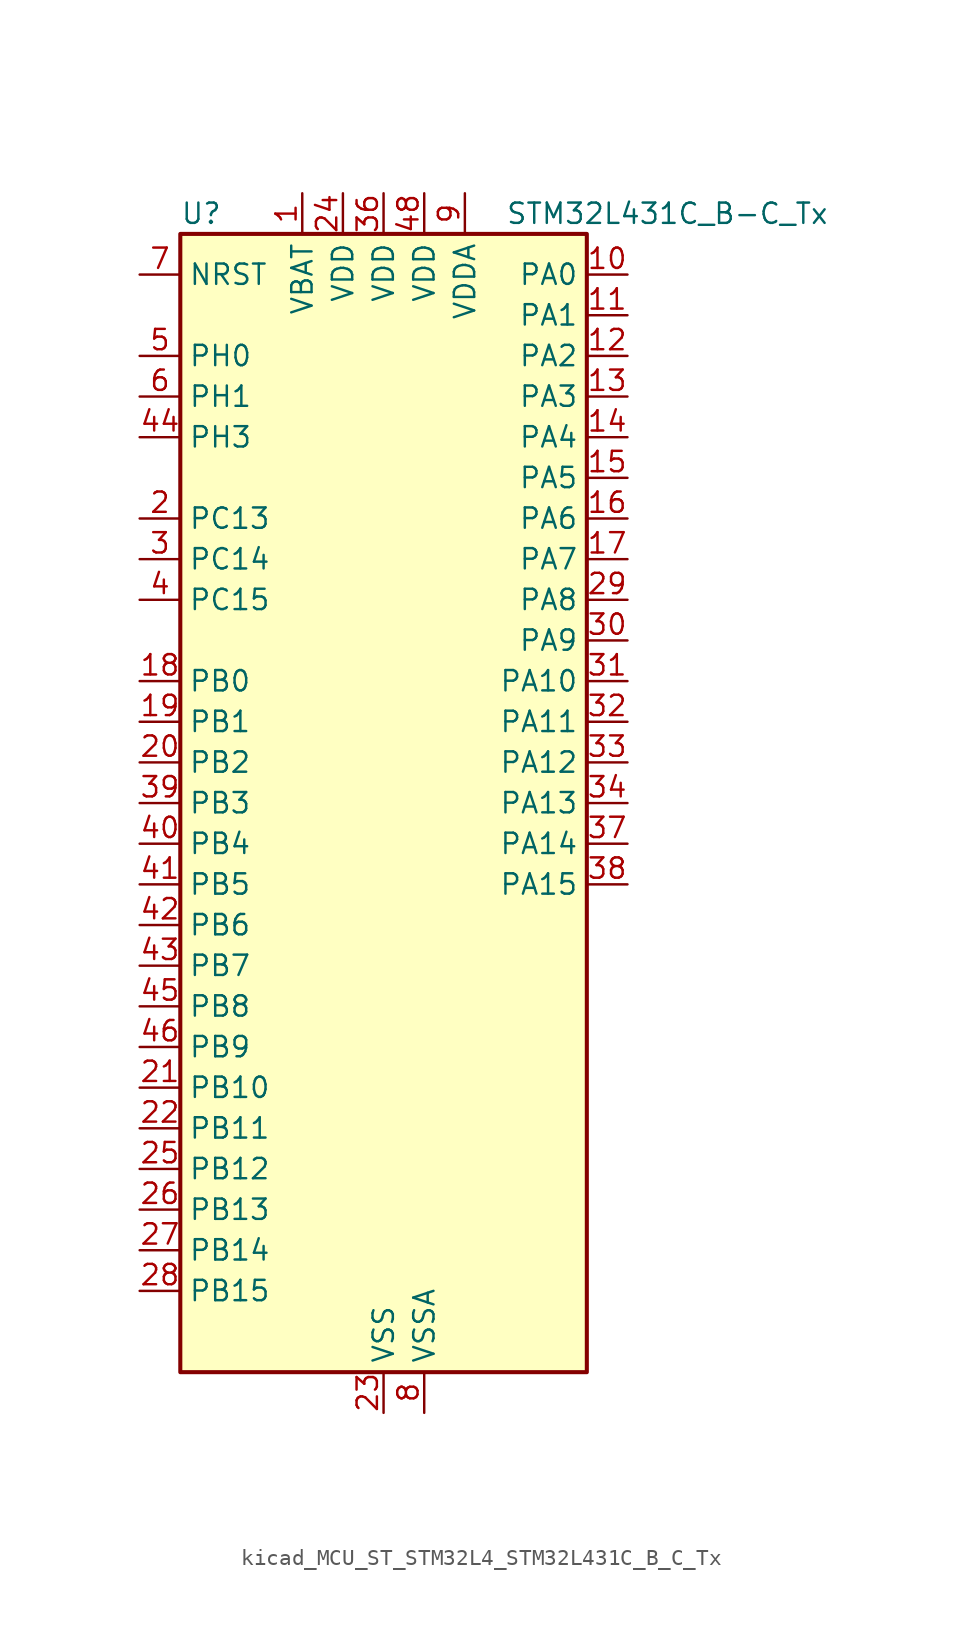
<source format=kicad_sym>
(kicad_symbol_lib
  (version 20220914)
  (generator kicad_symbol_editor)
  (symbol "kicad_MCU_ST_STM32L4_STM32L431C_B_C_Tx"
    (property "Reference" "U"
      (at -12.7 36.83 0)
      (effects (font (size 1.27 1.27)) (justify left)))
    (property "Value" "STM32L431C_B-C_Tx"
      (at 7.62 36.83 0)
      (effects (font (size 1.27 1.27)) (justify left)))
    (property "ki_locked" ""
      (at 0 0 0)
      (effects (font (size 1.27 1.27))))
    (symbol "kicad_MCU_ST_STM32L4_STM32L431C_B_C_Tx_0_1"
      (rectangle (start -12.7 -35.56) (end 12.7 35.56) (stroke (width 0.254) (type default)) (fill (type background))))
    (symbol "kicad_MCU_ST_STM32L4_STM32L431C_B_C_Tx_1_1"
      (pin power_in line (at -5.08 38.1 270) (length 2.54) (name "VBAT" (effects (font (size 1.27 1.27)))) (number "1" (effects (font (size 1.27 1.27)))))
      (pin bidirectional line (at 15.24 33.02 180) (length 2.54) (name "PA0" (effects (font (size 1.27 1.27)))) (number "10" (effects (font (size 1.27 1.27)))) (alternate "ADC1_IN5" bidirectional line) (alternate "COMP1_INM" bidirectional line) (alternate "COMP1_OUT" bidirectional line) (alternate "OPAMP1_VINP" bidirectional line) (alternate "RTC_TAMP2" bidirectional line) (alternate "SAI1_EXTCLK" bidirectional line) (alternate "SYS_WKUP1" bidirectional line) (alternate "TIM2_CH1" bidirectional line) (alternate "TIM2_ETR" bidirectional line) (alternate "USART2_CTS" bidirectional line))
      (pin bidirectional line (at 15.24 30.48 180) (length 2.54) (name "PA1" (effects (font (size 1.27 1.27)))) (number "11" (effects (font (size 1.27 1.27)))) (alternate "ADC1_IN6" bidirectional line) (alternate "COMP1_INP" bidirectional line) (alternate "I2C1_SMBA" bidirectional line) (alternate "OPAMP1_VINM" bidirectional line) (alternate "SPI1_SCK" bidirectional line) (alternate "TIM15_CH1N" bidirectional line) (alternate "TIM2_CH2" bidirectional line) (alternate "USART2_DE" bidirectional line) (alternate "USART2_RTS" bidirectional line))
      (pin bidirectional line (at 15.24 27.94 180) (length 2.54) (name "PA2" (effects (font (size 1.27 1.27)))) (number "12" (effects (font (size 1.27 1.27)))) (alternate "ADC1_IN7" bidirectional line) (alternate "COMP2_INM" bidirectional line) (alternate "COMP2_OUT" bidirectional line) (alternate "LPUART1_TX" bidirectional line) (alternate "QUADSPI_BK1_NCS" bidirectional line) (alternate "RCC_LSCO" bidirectional line) (alternate "SYS_WKUP4" bidirectional line) (alternate "TIM15_CH1" bidirectional line) (alternate "TIM2_CH3" bidirectional line) (alternate "USART2_TX" bidirectional line))
      (pin bidirectional line (at 15.24 25.4 180) (length 2.54) (name "PA3" (effects (font (size 1.27 1.27)))) (number "13" (effects (font (size 1.27 1.27)))) (alternate "ADC1_IN8" bidirectional line) (alternate "COMP2_INP" bidirectional line) (alternate "LPUART1_RX" bidirectional line) (alternate "OPAMP1_VOUT" bidirectional line) (alternate "QUADSPI_CLK" bidirectional line) (alternate "SAI1_MCLK_A" bidirectional line) (alternate "TIM15_CH2" bidirectional line) (alternate "TIM2_CH4" bidirectional line) (alternate "USART2_RX" bidirectional line))
      (pin bidirectional line (at 15.24 22.86 180) (length 2.54) (name "PA4" (effects (font (size 1.27 1.27)))) (number "14" (effects (font (size 1.27 1.27)))) (alternate "ADC1_IN9" bidirectional line) (alternate "COMP1_INM" bidirectional line) (alternate "COMP2_INM" bidirectional line) (alternate "DAC1_OUT1" bidirectional line) (alternate "LPTIM2_OUT" bidirectional line) (alternate "SAI1_FS_B" bidirectional line) (alternate "SPI1_NSS" bidirectional line) (alternate "SPI3_NSS" bidirectional line) (alternate "USART2_CK" bidirectional line))
      (pin bidirectional line (at 15.24 20.32 180) (length 2.54) (name "PA5" (effects (font (size 1.27 1.27)))) (number "15" (effects (font (size 1.27 1.27)))) (alternate "ADC1_IN10" bidirectional line) (alternate "COMP1_INM" bidirectional line) (alternate "COMP2_INM" bidirectional line) (alternate "DAC1_OUT2" bidirectional line) (alternate "LPTIM2_ETR" bidirectional line) (alternate "SPI1_SCK" bidirectional line) (alternate "TIM2_CH1" bidirectional line) (alternate "TIM2_ETR" bidirectional line))
      (pin bidirectional line (at 15.24 17.78 180) (length 2.54) (name "PA6" (effects (font (size 1.27 1.27)))) (number "16" (effects (font (size 1.27 1.27)))) (alternate "ADC1_IN11" bidirectional line) (alternate "COMP1_OUT" bidirectional line) (alternate "LPUART1_CTS" bidirectional line) (alternate "QUADSPI_BK1_IO3" bidirectional line) (alternate "SPI1_MISO" bidirectional line) (alternate "TIM16_CH1" bidirectional line) (alternate "TIM1_BKIN" bidirectional line) (alternate "TIM1_BKIN_COMP2" bidirectional line) (alternate "USART3_CTS" bidirectional line))
      (pin bidirectional line (at 15.24 15.24 180) (length 2.54) (name "PA7" (effects (font (size 1.27 1.27)))) (number "17" (effects (font (size 1.27 1.27)))) (alternate "ADC1_IN12" bidirectional line) (alternate "COMP2_OUT" bidirectional line) (alternate "I2C3_SCL" bidirectional line) (alternate "QUADSPI_BK1_IO2" bidirectional line) (alternate "SPI1_MOSI" bidirectional line) (alternate "TIM1_CH1N" bidirectional line))
      (pin bidirectional line (at -15.24 7.62 0) (length 2.54) (name "PB0" (effects (font (size 1.27 1.27)))) (number "18" (effects (font (size 1.27 1.27)))) (alternate "ADC1_IN15" bidirectional line) (alternate "COMP1_OUT" bidirectional line) (alternate "QUADSPI_BK1_IO1" bidirectional line) (alternate "SAI1_EXTCLK" bidirectional line) (alternate "SPI1_NSS" bidirectional line) (alternate "TIM1_CH2N" bidirectional line) (alternate "USART3_CK" bidirectional line))
      (pin bidirectional line (at -15.24 5.08 0) (length 2.54) (name "PB1" (effects (font (size 1.27 1.27)))) (number "19" (effects (font (size 1.27 1.27)))) (alternate "ADC1_IN16" bidirectional line) (alternate "COMP1_INM" bidirectional line) (alternate "LPTIM2_IN1" bidirectional line) (alternate "LPUART1_DE" bidirectional line) (alternate "LPUART1_RTS" bidirectional line) (alternate "QUADSPI_BK1_IO0" bidirectional line) (alternate "TIM1_CH3N" bidirectional line) (alternate "USART3_DE" bidirectional line) (alternate "USART3_RTS" bidirectional line))
      (pin bidirectional line (at -15.24 17.78 0) (length 2.54) (name "PC13" (effects (font (size 1.27 1.27)))) (number "2" (effects (font (size 1.27 1.27)))) (alternate "RTC_OUT_ALARM" bidirectional line) (alternate "RTC_OUT_CALIB" bidirectional line) (alternate "RTC_TAMP1" bidirectional line) (alternate "RTC_TS" bidirectional line) (alternate "SYS_WKUP2" bidirectional line))
      (pin bidirectional line (at -15.24 2.54 0) (length 2.54) (name "PB2" (effects (font (size 1.27 1.27)))) (number "20" (effects (font (size 1.27 1.27)))) (alternate "COMP1_INP" bidirectional line) (alternate "I2C3_SMBA" bidirectional line) (alternate "LPTIM1_OUT" bidirectional line) (alternate "RTC_OUT_ALARM" bidirectional line) (alternate "RTC_OUT_CALIB" bidirectional line))
      (pin bidirectional line (at -15.24 -17.78 0) (length 2.54) (name "PB10" (effects (font (size 1.27 1.27)))) (number "21" (effects (font (size 1.27 1.27)))) (alternate "COMP1_OUT" bidirectional line) (alternate "I2C2_SCL" bidirectional line) (alternate "LPUART1_RX" bidirectional line) (alternate "QUADSPI_CLK" bidirectional line) (alternate "SAI1_SCK_A" bidirectional line) (alternate "SPI2_SCK" bidirectional line) (alternate "TIM2_CH3" bidirectional line) (alternate "TSC_SYNC" bidirectional line) (alternate "USART3_TX" bidirectional line))
      (pin bidirectional line (at -15.24 -20.32 0) (length 2.54) (name "PB11" (effects (font (size 1.27 1.27)))) (number "22" (effects (font (size 1.27 1.27)))) (alternate "ADC1_EXTI11" bidirectional line) (alternate "COMP2_OUT" bidirectional line) (alternate "I2C2_SDA" bidirectional line) (alternate "LPUART1_TX" bidirectional line) (alternate "QUADSPI_BK1_NCS" bidirectional line) (alternate "TIM2_CH4" bidirectional line) (alternate "USART3_RX" bidirectional line))
      (pin power_in line (at 0 -38.1 90) (length 2.54) (name "VSS" (effects (font (size 1.27 1.27)))) (number "23" (effects (font (size 1.27 1.27)))))
      (pin power_in line (at -2.54 38.1 270) (length 2.54) (name "VDD" (effects (font (size 1.27 1.27)))) (number "24" (effects (font (size 1.27 1.27)))))
      (pin bidirectional line (at -15.24 -22.86 0) (length 2.54) (name "PB12" (effects (font (size 1.27 1.27)))) (number "25" (effects (font (size 1.27 1.27)))) (alternate "I2C2_SMBA" bidirectional line) (alternate "LPUART1_DE" bidirectional line) (alternate "LPUART1_RTS" bidirectional line) (alternate "SAI1_FS_A" bidirectional line) (alternate "SPI2_NSS" bidirectional line) (alternate "SWPMI1_IO" bidirectional line) (alternate "TIM15_BKIN" bidirectional line) (alternate "TIM1_BKIN" bidirectional line) (alternate "TIM1_BKIN_COMP2" bidirectional line) (alternate "TSC_G1_IO1" bidirectional line) (alternate "USART3_CK" bidirectional line))
      (pin bidirectional line (at -15.24 -25.4 0) (length 2.54) (name "PB13" (effects (font (size 1.27 1.27)))) (number "26" (effects (font (size 1.27 1.27)))) (alternate "I2C2_SCL" bidirectional line) (alternate "LPUART1_CTS" bidirectional line) (alternate "SAI1_SCK_A" bidirectional line) (alternate "SPI2_SCK" bidirectional line) (alternate "SWPMI1_TX" bidirectional line) (alternate "TIM15_CH1N" bidirectional line) (alternate "TIM1_CH1N" bidirectional line) (alternate "TSC_G1_IO2" bidirectional line) (alternate "USART3_CTS" bidirectional line))
      (pin bidirectional line (at -15.24 -27.94 0) (length 2.54) (name "PB14" (effects (font (size 1.27 1.27)))) (number "27" (effects (font (size 1.27 1.27)))) (alternate "I2C2_SDA" bidirectional line) (alternate "SAI1_MCLK_A" bidirectional line) (alternate "SPI2_MISO" bidirectional line) (alternate "SWPMI1_RX" bidirectional line) (alternate "TIM15_CH1" bidirectional line) (alternate "TIM1_CH2N" bidirectional line) (alternate "TSC_G1_IO3" bidirectional line) (alternate "USART3_DE" bidirectional line) (alternate "USART3_RTS" bidirectional line))
      (pin bidirectional line (at -15.24 -30.48 0) (length 2.54) (name "PB15" (effects (font (size 1.27 1.27)))) (number "28" (effects (font (size 1.27 1.27)))) (alternate "ADC1_EXTI15" bidirectional line) (alternate "RTC_REFIN" bidirectional line) (alternate "SAI1_SD_A" bidirectional line) (alternate "SPI2_MOSI" bidirectional line) (alternate "SWPMI1_SUSPEND" bidirectional line) (alternate "TIM15_CH2" bidirectional line) (alternate "TIM1_CH3N" bidirectional line) (alternate "TSC_G1_IO4" bidirectional line))
      (pin bidirectional line (at 15.24 12.7 180) (length 2.54) (name "PA8" (effects (font (size 1.27 1.27)))) (number "29" (effects (font (size 1.27 1.27)))) (alternate "LPTIM2_OUT" bidirectional line) (alternate "RCC_MCO" bidirectional line) (alternate "SAI1_SCK_A" bidirectional line) (alternate "SWPMI1_IO" bidirectional line) (alternate "TIM1_CH1" bidirectional line) (alternate "USART1_CK" bidirectional line))
      (pin bidirectional line (at -15.24 15.24 0) (length 2.54) (name "PC14" (effects (font (size 1.27 1.27)))) (number "3" (effects (font (size 1.27 1.27)))) (alternate "RCC_OSC32_IN" bidirectional line))
      (pin bidirectional line (at 15.24 10.16 180) (length 2.54) (name "PA9" (effects (font (size 1.27 1.27)))) (number "30" (effects (font (size 1.27 1.27)))) (alternate "DAC1_EXTI9" bidirectional line) (alternate "I2C1_SCL" bidirectional line) (alternate "SAI1_FS_A" bidirectional line) (alternate "TIM15_BKIN" bidirectional line) (alternate "TIM1_CH2" bidirectional line) (alternate "USART1_TX" bidirectional line))
      (pin bidirectional line (at 15.24 7.62 180) (length 2.54) (name "PA10" (effects (font (size 1.27 1.27)))) (number "31" (effects (font (size 1.27 1.27)))) (alternate "I2C1_SDA" bidirectional line) (alternate "SAI1_SD_A" bidirectional line) (alternate "TIM1_CH3" bidirectional line) (alternate "USART1_RX" bidirectional line))
      (pin bidirectional line (at 15.24 5.08 180) (length 2.54) (name "PA11" (effects (font (size 1.27 1.27)))) (number "32" (effects (font (size 1.27 1.27)))) (alternate "ADC1_EXTI11" bidirectional line) (alternate "CAN1_RX" bidirectional line) (alternate "COMP1_OUT" bidirectional line) (alternate "SPI1_MISO" bidirectional line) (alternate "TIM1_BKIN2" bidirectional line) (alternate "TIM1_BKIN2_COMP1" bidirectional line) (alternate "TIM1_CH4" bidirectional line) (alternate "USART1_CTS" bidirectional line))
      (pin bidirectional line (at 15.24 2.54 180) (length 2.54) (name "PA12" (effects (font (size 1.27 1.27)))) (number "33" (effects (font (size 1.27 1.27)))) (alternate "CAN1_TX" bidirectional line) (alternate "SPI1_MOSI" bidirectional line) (alternate "TIM1_ETR" bidirectional line) (alternate "USART1_DE" bidirectional line) (alternate "USART1_RTS" bidirectional line))
      (pin bidirectional line (at 15.24 0 180) (length 2.54) (name "PA13" (effects (font (size 1.27 1.27)))) (number "34" (effects (font (size 1.27 1.27)))) (alternate "IR_OUT" bidirectional line) (alternate "SAI1_SD_B" bidirectional line) (alternate "SWPMI1_TX" bidirectional line) (alternate "SYS_JTMS-SWDIO" bidirectional line))
      (pin passive line (at 0 -38.1 90) (length 2.54) hide (name "VSS" (effects (font (size 1.27 1.27)))) (number "35" (effects (font (size 1.27 1.27)))))
      (pin power_in line (at 0 38.1 270) (length 2.54) (name "VDD" (effects (font (size 1.27 1.27)))) (number "36" (effects (font (size 1.27 1.27)))))
      (pin bidirectional line (at 15.24 -2.54 180) (length 2.54) (name "PA14" (effects (font (size 1.27 1.27)))) (number "37" (effects (font (size 1.27 1.27)))) (alternate "I2C1_SMBA" bidirectional line) (alternate "LPTIM1_OUT" bidirectional line) (alternate "SAI1_FS_B" bidirectional line) (alternate "SWPMI1_RX" bidirectional line) (alternate "SYS_JTCK-SWCLK" bidirectional line))
      (pin bidirectional line (at 15.24 -5.08 180) (length 2.54) (name "PA15" (effects (font (size 1.27 1.27)))) (number "38" (effects (font (size 1.27 1.27)))) (alternate "ADC1_EXTI15" bidirectional line) (alternate "SPI1_NSS" bidirectional line) (alternate "SPI3_NSS" bidirectional line) (alternate "SWPMI1_SUSPEND" bidirectional line) (alternate "SYS_JTDI" bidirectional line) (alternate "TIM2_CH1" bidirectional line) (alternate "TIM2_ETR" bidirectional line) (alternate "USART2_RX" bidirectional line) (alternate "USART3_DE" bidirectional line) (alternate "USART3_RTS" bidirectional line))
      (pin bidirectional line (at -15.24 0 0) (length 2.54) (name "PB3" (effects (font (size 1.27 1.27)))) (number "39" (effects (font (size 1.27 1.27)))) (alternate "COMP2_INM" bidirectional line) (alternate "SAI1_SCK_B" bidirectional line) (alternate "SPI1_SCK" bidirectional line) (alternate "SPI3_SCK" bidirectional line) (alternate "SYS_JTDO-SWO" bidirectional line) (alternate "TIM2_CH2" bidirectional line) (alternate "USART1_DE" bidirectional line) (alternate "USART1_RTS" bidirectional line))
      (pin bidirectional line (at -15.24 12.7 0) (length 2.54) (name "PC15" (effects (font (size 1.27 1.27)))) (number "4" (effects (font (size 1.27 1.27)))) (alternate "ADC1_EXTI15" bidirectional line) (alternate "RCC_OSC32_OUT" bidirectional line))
      (pin bidirectional line (at -15.24 -2.54 0) (length 2.54) (name "PB4" (effects (font (size 1.27 1.27)))) (number "40" (effects (font (size 1.27 1.27)))) (alternate "COMP2_INP" bidirectional line) (alternate "I2C3_SDA" bidirectional line) (alternate "SAI1_MCLK_B" bidirectional line) (alternate "SPI1_MISO" bidirectional line) (alternate "SPI3_MISO" bidirectional line) (alternate "SYS_JTRST" bidirectional line) (alternate "TSC_G2_IO1" bidirectional line) (alternate "USART1_CTS" bidirectional line))
      (pin bidirectional line (at -15.24 -5.08 0) (length 2.54) (name "PB5" (effects (font (size 1.27 1.27)))) (number "41" (effects (font (size 1.27 1.27)))) (alternate "COMP2_OUT" bidirectional line) (alternate "I2C1_SMBA" bidirectional line) (alternate "LPTIM1_IN1" bidirectional line) (alternate "SAI1_SD_B" bidirectional line) (alternate "SPI1_MOSI" bidirectional line) (alternate "SPI3_MOSI" bidirectional line) (alternate "TIM16_BKIN" bidirectional line) (alternate "TSC_G2_IO2" bidirectional line) (alternate "USART1_CK" bidirectional line))
      (pin bidirectional line (at -15.24 -7.62 0) (length 2.54) (name "PB6" (effects (font (size 1.27 1.27)))) (number "42" (effects (font (size 1.27 1.27)))) (alternate "COMP2_INP" bidirectional line) (alternate "I2C1_SCL" bidirectional line) (alternate "LPTIM1_ETR" bidirectional line) (alternate "SAI1_FS_B" bidirectional line) (alternate "TIM16_CH1N" bidirectional line) (alternate "TSC_G2_IO3" bidirectional line) (alternate "USART1_TX" bidirectional line))
      (pin bidirectional line (at -15.24 -10.16 0) (length 2.54) (name "PB7" (effects (font (size 1.27 1.27)))) (number "43" (effects (font (size 1.27 1.27)))) (alternate "COMP2_INM" bidirectional line) (alternate "I2C1_SDA" bidirectional line) (alternate "LPTIM1_IN2" bidirectional line) (alternate "SYS_PVD_IN" bidirectional line) (alternate "TSC_G2_IO4" bidirectional line) (alternate "USART1_RX" bidirectional line))
      (pin bidirectional line (at -15.24 22.86 0) (length 2.54) (name "PH3" (effects (font (size 1.27 1.27)))) (number "44" (effects (font (size 1.27 1.27)))))
      (pin bidirectional line (at -15.24 -12.7 0) (length 2.54) (name "PB8" (effects (font (size 1.27 1.27)))) (number "45" (effects (font (size 1.27 1.27)))) (alternate "CAN1_RX" bidirectional line) (alternate "I2C1_SCL" bidirectional line) (alternate "SAI1_MCLK_A" bidirectional line) (alternate "TIM16_CH1" bidirectional line))
      (pin bidirectional line (at -15.24 -15.24 0) (length 2.54) (name "PB9" (effects (font (size 1.27 1.27)))) (number "46" (effects (font (size 1.27 1.27)))) (alternate "CAN1_TX" bidirectional line) (alternate "DAC1_EXTI9" bidirectional line) (alternate "I2C1_SDA" bidirectional line) (alternate "IR_OUT" bidirectional line) (alternate "SAI1_FS_A" bidirectional line) (alternate "SPI2_NSS" bidirectional line))
      (pin passive line (at 0 -38.1 90) (length 2.54) hide (name "VSS" (effects (font (size 1.27 1.27)))) (number "47" (effects (font (size 1.27 1.27)))))
      (pin power_in line (at 2.54 38.1 270) (length 2.54) (name "VDD" (effects (font (size 1.27 1.27)))) (number "48" (effects (font (size 1.27 1.27)))))
      (pin bidirectional line (at -15.24 27.94 0) (length 2.54) (name "PH0" (effects (font (size 1.27 1.27)))) (number "5" (effects (font (size 1.27 1.27)))) (alternate "RCC_OSC_IN" bidirectional line))
      (pin bidirectional line (at -15.24 25.4 0) (length 2.54) (name "PH1" (effects (font (size 1.27 1.27)))) (number "6" (effects (font (size 1.27 1.27)))) (alternate "RCC_OSC_OUT" bidirectional line))
      (pin input line (at -15.24 33.02 0) (length 2.54) (name "NRST" (effects (font (size 1.27 1.27)))) (number "7" (effects (font (size 1.27 1.27)))))
      (pin power_in line (at 2.54 -38.1 90) (length 2.54) (name "VSSA" (effects (font (size 1.27 1.27)))) (number "8" (effects (font (size 1.27 1.27)))))
      (pin power_in line (at 5.08 38.1 270) (length 2.54) (name "VDDA" (effects (font (size 1.27 1.27)))) (number "9" (effects (font (size 1.27 1.27))))))))
</source>
